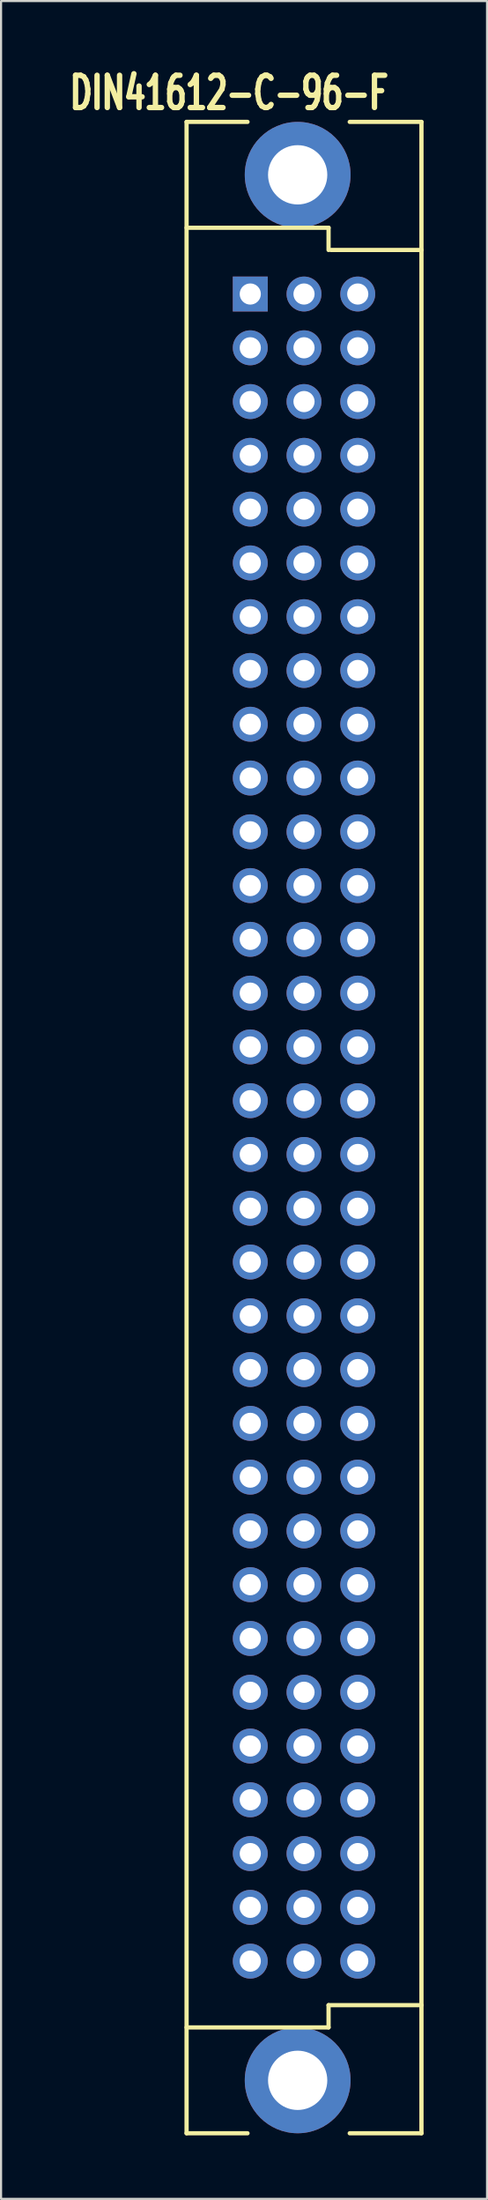
<source format=kicad_pcb>
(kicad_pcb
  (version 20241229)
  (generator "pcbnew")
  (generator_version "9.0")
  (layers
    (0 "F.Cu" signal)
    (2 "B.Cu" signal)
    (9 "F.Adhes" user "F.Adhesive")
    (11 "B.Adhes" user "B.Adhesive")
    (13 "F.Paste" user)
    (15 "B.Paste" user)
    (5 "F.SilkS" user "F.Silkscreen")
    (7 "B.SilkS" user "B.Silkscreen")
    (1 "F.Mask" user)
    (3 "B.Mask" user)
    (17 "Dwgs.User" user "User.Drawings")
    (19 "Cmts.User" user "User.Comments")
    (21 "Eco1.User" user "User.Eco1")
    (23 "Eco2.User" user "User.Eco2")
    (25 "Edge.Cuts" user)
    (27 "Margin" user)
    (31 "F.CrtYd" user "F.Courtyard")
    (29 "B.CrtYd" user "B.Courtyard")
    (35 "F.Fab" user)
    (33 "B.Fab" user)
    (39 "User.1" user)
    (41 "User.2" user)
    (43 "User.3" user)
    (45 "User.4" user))
  (footprint "DIN41612-C-96-F"
    (layer "F.Cu")
    (at 8.778 10.837)
    (property "Reference" "DIN41612-C-96-F" (at -1 -9.5 0) (layer "F.SilkS") (effects (font (size 1.524 1.016) (thickness 0.254))))
    (attr through_hole)
    (fp_line (start -3.01 -8.13) (end -0.13 -8.13) (stroke (width 0.2) (type solid)) (layer "F.SilkS"))
    (fp_line (start -3.01 -3.13) (end 3.7 -3.13) (stroke (width 0.2) (type solid)) (layer "F.SilkS"))
    (fp_line (start -3.01 81.87) (end 3.7 81.87) (stroke (width 0.2) (type solid)) (layer "F.SilkS"))
    (fp_line (start -3.01 86.87) (end -3.01 -8.13) (stroke (width 0.2) (type solid)) (layer "F.SilkS"))
    (fp_line (start -0.13 86.87) (end -3.01 86.87) (stroke (width 0.2) (type solid)) (layer "F.SilkS"))
    (fp_line (start 3.7 -3.13) (end 3.7 -2.08) (stroke (width 0.2) (type solid)) (layer "F.SilkS"))
    (fp_line (start 3.7 80.82) (end 3.7 81.87) (stroke (width 0.2) (type solid)) (layer "F.SilkS"))
    (fp_line (start 3.7 80.82) (end 8.09 80.82) (stroke (width 0.2) (type solid)) (layer "F.SilkS"))
    (fp_line (start 3.81 -2.08) (end 8.09 -2.08) (stroke (width 0.2) (type solid)) (layer "F.SilkS"))
    (fp_line (start 4.7 -8.13) (end 8.09 -8.13) (stroke (width 0.2) (type solid)) (layer "F.SilkS"))
    (fp_line (start 8.09 -8.13) (end 8.09 86.87) (stroke (width 0.2) (type solid)) (layer "F.SilkS"))
    (fp_line (start 8.09 86.87) (end 4.7 86.87) (stroke (width 0.2) (type solid)) (layer "F.SilkS"))
    (pad "33" thru_hole circle (at 2.24 -5.63 270) (size 5 5) (drill 2.8) (layers "*.Cu" "*.Mask"))
    (pad "34" thru_hole circle (at 2.24 84.37 270) (size 5 5) (drill 2.8) (layers "*.Cu" "*.Mask"))
    (pad "A1" thru_hole trapezoid (at 0 0) (size 1.65 1.65) (drill 1) (layers "*.Cu" "*.Mask"))
    (pad "A2" thru_hole circle (at 0 2.54 270) (size 1.65 1.65) (drill 1) (layers "*.Cu" "*.Mask"))
    (pad "A3" thru_hole circle (at 0 5.08 270) (size 1.65 1.65) (drill 1) (layers "*.Cu" "*.Mask"))
    (pad "A4" thru_hole circle (at 0 7.62 270) (size 1.65 1.65) (drill 1) (layers "*.Cu" "*.Mask"))
    (pad "A5" thru_hole circle (at 0 10.16 270) (size 1.65 1.65) (drill 1) (layers "*.Cu" "*.Mask"))
    (pad "A6" thru_hole circle (at 0 12.7 270) (size 1.65 1.65) (drill 1) (layers "*.Cu" "*.Mask"))
    (pad "A7" thru_hole circle (at 0 15.24 270) (size 1.65 1.65) (drill 1) (layers "*.Cu" "*.Mask"))
    (pad "A8" thru_hole circle (at 0 17.78 270) (size 1.65 1.65) (drill 1) (layers "*.Cu" "*.Mask"))
    (pad "A9" thru_hole circle (at 0 20.32 270) (size 1.65 1.65) (drill 1) (layers "*.Cu" "*.Mask"))
    (pad "A10" thru_hole circle (at 0 22.86 270) (size 1.65 1.65) (drill 1) (layers "*.Cu" "*.Mask"))
    (pad "A11" thru_hole circle (at 0 25.4 270) (size 1.65 1.65) (drill 1) (layers "*.Cu" "*.Mask"))
    (pad "A12" thru_hole circle (at 0 27.94 270) (size 1.65 1.65) (drill 1) (layers "*.Cu" "*.Mask"))
    (pad "A13" thru_hole circle (at 0 30.48 270) (size 1.65 1.65) (drill 1) (layers "*.Cu" "*.Mask"))
    (pad "A14" thru_hole circle (at 0 33.02 270) (size 1.65 1.65) (drill 1) (layers "*.Cu" "*.Mask"))
    (pad "A15" thru_hole circle (at 0 35.56 270) (size 1.65 1.65) (drill 1) (layers "*.Cu" "*.Mask"))
    (pad "A16" thru_hole circle (at 0 38.1 270) (size 1.65 1.65) (drill 1) (layers "*.Cu" "*.Mask"))
    (pad "A17" thru_hole circle (at 0 40.64 270) (size 1.65 1.65) (drill 1) (layers "*.Cu" "*.Mask"))
    (pad "A18" thru_hole circle (at 0 43.18 270) (size 1.65 1.65) (drill 1) (layers "*.Cu" "*.Mask"))
    (pad "A19" thru_hole circle (at 0 45.72 270) (size 1.65 1.65) (drill 1) (layers "*.Cu" "*.Mask"))
    (pad "A20" thru_hole circle (at 0 48.26 270) (size 1.65 1.65) (drill 1) (layers "*.Cu" "*.Mask"))
    (pad "A21" thru_hole circle (at 0 50.8 270) (size 1.65 1.65) (drill 1) (layers "*.Cu" "*.Mask"))
    (pad "A22" thru_hole circle (at 0 53.34 270) (size 1.65 1.65) (drill 1) (layers "*.Cu" "*.Mask"))
    (pad "A23" thru_hole circle (at 0 55.88 270) (size 1.65 1.65) (drill 1) (layers "*.Cu" "*.Mask"))
    (pad "A24" thru_hole circle (at 0 58.42 270) (size 1.65 1.65) (drill 1) (layers "*.Cu" "*.Mask"))
    (pad "A25" thru_hole circle (at 0 60.96 270) (size 1.65 1.65) (drill 1) (layers "*.Cu" "*.Mask"))
    (pad "A26" thru_hole circle (at 0 63.5 270) (size 1.65 1.65) (drill 1) (layers "*.Cu" "*.Mask"))
    (pad "A27" thru_hole circle (at 0 66.04 270) (size 1.65 1.65) (drill 1) (layers "*.Cu" "*.Mask"))
    (pad "A28" thru_hole circle (at 0 68.58 270) (size 1.65 1.65) (drill 1) (layers "*.Cu" "*.Mask"))
    (pad "A29" thru_hole circle (at 0 71.12 270) (size 1.65 1.65) (drill 1) (layers "*.Cu" "*.Mask"))
    (pad "A30" thru_hole circle (at 0 73.66 270) (size 1.65 1.65) (drill 1) (layers "*.Cu" "*.Mask"))
    (pad "A31" thru_hole circle (at 0 76.2 270) (size 1.65 1.65) (drill 1) (layers "*.Cu" "*.Mask"))
    (pad "A32" thru_hole circle (at 0 78.74 270) (size 1.65 1.65) (drill 1) (layers "*.Cu" "*.Mask"))
    (pad "B1" thru_hole circle (at 2.54 0 270) (size 1.65 1.65) (drill 1) (layers "*.Cu" "*.Mask"))
    (pad "B2" thru_hole circle (at 2.54 2.54 270) (size 1.65 1.65) (drill 1) (layers "*.Cu" "*.Mask"))
    (pad "B3" thru_hole circle (at 2.54 5.08 270) (size 1.65 1.65) (drill 1) (layers "*.Cu" "*.Mask"))
    (pad "B4" thru_hole circle (at 2.54 7.62 270) (size 1.65 1.65) (drill 1) (layers "*.Cu" "*.Mask"))
    (pad "B5" thru_hole circle (at 2.54 10.16 270) (size 1.65 1.65) (drill 1) (layers "*.Cu" "*.Mask"))
    (pad "B6" thru_hole circle (at 2.54 12.7 270) (size 1.65 1.65) (drill 1) (layers "*.Cu" "*.Mask"))
    (pad "B7" thru_hole circle (at 2.54 15.24 270) (size 1.65 1.65) (drill 1) (layers "*.Cu" "*.Mask"))
    (pad "B8" thru_hole circle (at 2.54 17.78 270) (size 1.65 1.65) (drill 1) (layers "*.Cu" "*.Mask"))
    (pad "B9" thru_hole circle (at 2.54 20.32 270) (size 1.65 1.65) (drill 1) (layers "*.Cu" "*.Mask"))
    (pad "B10" thru_hole circle (at 2.54 22.86 270) (size 1.65 1.65) (drill 1) (layers "*.Cu" "*.Mask"))
    (pad "B11" thru_hole circle (at 2.54 25.4 270) (size 1.65 1.65) (drill 1) (layers "*.Cu" "*.Mask"))
    (pad "B12" thru_hole circle (at 2.54 27.94 270) (size 1.65 1.65) (drill 1) (layers "*.Cu" "*.Mask"))
    (pad "B13" thru_hole circle (at 2.54 30.48 270) (size 1.65 1.65) (drill 1) (layers "*.Cu" "*.Mask"))
    (pad "B14" thru_hole circle (at 2.54 33.02 270) (size 1.65 1.65) (drill 1) (layers "*.Cu" "*.Mask"))
    (pad "B15" thru_hole circle (at 2.54 35.56 270) (size 1.65 1.65) (drill 1) (layers "*.Cu" "*.Mask"))
    (pad "B16" thru_hole circle (at 2.54 38.1 270) (size 1.651 1.651) (drill 1) (layers "*.Cu" "*.Mask"))
    (pad "B17" thru_hole circle (at 2.54 40.64 270) (size 1.65 1.65) (drill 1) (layers "*.Cu" "*.Mask"))
    (pad "B18" thru_hole circle (at 2.54 43.18 270) (size 1.65 1.65) (drill 1) (layers "*.Cu" "*.Mask"))
    (pad "B19" thru_hole circle (at 2.54 45.72 270) (size 1.65 1.65) (drill 1) (layers "*.Cu" "*.Mask"))
    (pad "B20" thru_hole circle (at 2.54 48.26 270) (size 1.65 1.65) (drill 1) (layers "*.Cu" "*.Mask"))
    (pad "B21" thru_hole circle (at 2.54 50.8 270) (size 1.65 1.65) (drill 1) (layers "*.Cu" "*.Mask"))
    (pad "B22" thru_hole circle (at 2.54 53.34 270) (size 1.65 1.65) (drill 1) (layers "*.Cu" "*.Mask"))
    (pad "B23" thru_hole circle (at 2.54 55.88 270) (size 1.65 1.65) (drill 1) (layers "*.Cu" "*.Mask"))
    (pad "B24" thru_hole circle (at 2.54 58.42 270) (size 1.65 1.65) (drill 1) (layers "*.Cu" "*.Mask"))
    (pad "B25" thru_hole circle (at 2.54 60.96 270) (size 1.65 1.65) (drill 1) (layers "*.Cu" "*.Mask"))
    (pad "B26" thru_hole circle (at 2.54 63.5 270) (size 1.65 1.65) (drill 1) (layers "*.Cu" "*.Mask"))
    (pad "B27" thru_hole circle (at 2.54 66.04 270) (size 1.65 1.65) (drill 1) (layers "*.Cu" "*.Mask"))
    (pad "B28" thru_hole circle (at 2.54 68.58 270) (size 1.65 1.65) (drill 1) (layers "*.Cu" "*.Mask"))
    (pad "B29" thru_hole circle (at 2.54 71.12 270) (size 1.65 1.65) (drill 1) (layers "*.Cu" "*.Mask"))
    (pad "B30" thru_hole circle (at 2.54 73.66 270) (size 1.65 1.65) (drill 1) (layers "*.Cu" "*.Mask"))
    (pad "B31" thru_hole circle (at 2.54 76.2 270) (size 1.65 1.65) (drill 1) (layers "*.Cu" "*.Mask"))
    (pad "B32" thru_hole circle (at 2.54 78.74 270) (size 1.65 1.65) (drill 1) (layers "*.Cu" "*.Mask"))
    (pad "C1" thru_hole circle (at 5.08 0 270) (size 1.65 1.65) (drill 1) (layers "*.Cu" "*.Mask"))
    (pad "C2" thru_hole circle (at 5.08 2.54 270) (size 1.65 1.65) (drill 1) (layers "*.Cu" "*.Mask"))
    (pad "C3" thru_hole circle (at 5.08 5.08 270) (size 1.65 1.65) (drill 1) (layers "*.Cu" "*.Mask"))
    (pad "C4" thru_hole circle (at 5.08 7.62 270) (size 1.65 1.65) (drill 1) (layers "*.Cu" "*.Mask"))
    (pad "C5" thru_hole circle (at 5.08 10.16 270) (size 1.65 1.65) (drill 1) (layers "*.Cu" "*.Mask"))
    (pad "C6" thru_hole circle (at 5.08 12.7 270) (size 1.65 1.65) (drill 1) (layers "*.Cu" "*.Mask"))
    (pad "C7" thru_hole circle (at 5.08 15.24 270) (size 1.65 1.65) (drill 1) (layers "*.Cu" "*.Mask"))
    (pad "C8" thru_hole circle (at 5.08 17.78 270) (size 1.65 1.65) (drill 1) (layers "*.Cu" "*.Mask"))
    (pad "C9" thru_hole circle (at 5.08 20.32 270) (size 1.65 1.65) (drill 1) (layers "*.Cu" "*.Mask"))
    (pad "C10" thru_hole circle (at 5.08 22.86 270) (size 1.65 1.65) (drill 1) (layers "*.Cu" "*.Mask"))
    (pad "C11" thru_hole circle (at 5.08 25.4 270) (size 1.65 1.65) (drill 1) (layers "*.Cu" "*.Mask"))
    (pad "C12" thru_hole circle (at 5.08 27.94 270) (size 1.65 1.65) (drill 1) (layers "*.Cu" "*.Mask"))
    (pad "C13" thru_hole circle (at 5.08 30.48 270) (size 1.65 1.65) (drill 1) (layers "*.Cu" "*.Mask"))
    (pad "C14" thru_hole circle (at 5.08 33.02 270) (size 1.65 1.65) (drill 1) (layers "*.Cu" "*.Mask"))
    (pad "C15" thru_hole circle (at 5.08 35.56 270) (size 1.65 1.65) (drill 1) (layers "*.Cu" "*.Mask"))
    (pad "C16" thru_hole circle (at 5.08 38.1 270) (size 1.65 1.65) (drill 1) (layers "*.Cu" "*.Mask"))
    (pad "C17" thru_hole circle (at 5.08 40.64 270) (size 1.65 1.65) (drill 1) (layers "*.Cu" "*.Mask"))
    (pad "C18" thru_hole circle (at 5.08 43.18 270) (size 1.65 1.65) (drill 1) (layers "*.Cu" "*.Mask"))
    (pad "C19" thru_hole circle (at 5.08 45.72 270) (size 1.65 1.65) (drill 1) (layers "*.Cu" "*.Mask"))
    (pad "C20" thru_hole circle (at 5.08 48.26 270) (size 1.65 1.65) (drill 1) (layers "*.Cu" "*.Mask"))
    (pad "C21" thru_hole circle (at 5.08 50.8 270) (size 1.65 1.65) (drill 1) (layers "*.Cu" "*.Mask"))
    (pad "C22" thru_hole circle (at 5.08 53.34 270) (size 1.65 1.65) (drill 1) (layers "*.Cu" "*.Mask"))
    (pad "C23" thru_hole circle (at 5.08 55.88 270) (size 1.65 1.65) (drill 1) (layers "*.Cu" "*.Mask"))
    (pad "C24" thru_hole circle (at 5.08 58.42 270) (size 1.65 1.65) (drill 1) (layers "*.Cu" "*.Mask"))
    (pad "C25" thru_hole circle (at 5.08 60.96 270) (size 1.65 1.65) (drill 1) (layers "*.Cu" "*.Mask"))
    (pad "C26" thru_hole circle (at 5.08 63.5 270) (size 1.65 1.65) (drill 1) (layers "*.Cu" "*.Mask"))
    (pad "C27" thru_hole circle (at 5.08 66.04 270) (size 1.65 1.65) (drill 1) (layers "*.Cu" "*.Mask"))
    (pad "C28" thru_hole circle (at 5.08 68.58 270) (size 1.65 1.65) (drill 1) (layers "*.Cu" "*.Mask"))
    (pad "C29" thru_hole circle (at 5.08 71.12 270) (size 1.65 1.65) (drill 1) (layers "*.Cu" "*.Mask"))
    (pad "C30" thru_hole circle (at 5.08 73.66 270) (size 1.65 1.65) (drill 1) (layers "*.Cu" "*.Mask"))
    (pad "C31" thru_hole circle (at 5.08 76.2 270) (size 1.65 1.65) (drill 1) (layers "*.Cu" "*.Mask"))
    (pad "C32" thru_hole circle (at 5.08 78.74 270) (size 1.65 1.65) (drill 1) (layers "*.Cu" "*.Mask")))
  (gr_rect
    (start -3 -3)
    (end 19.968 100.807)
    (stroke (width 0.1) (type default))
    (fill no)
    (layer "Edge.Cuts")))
</source>
